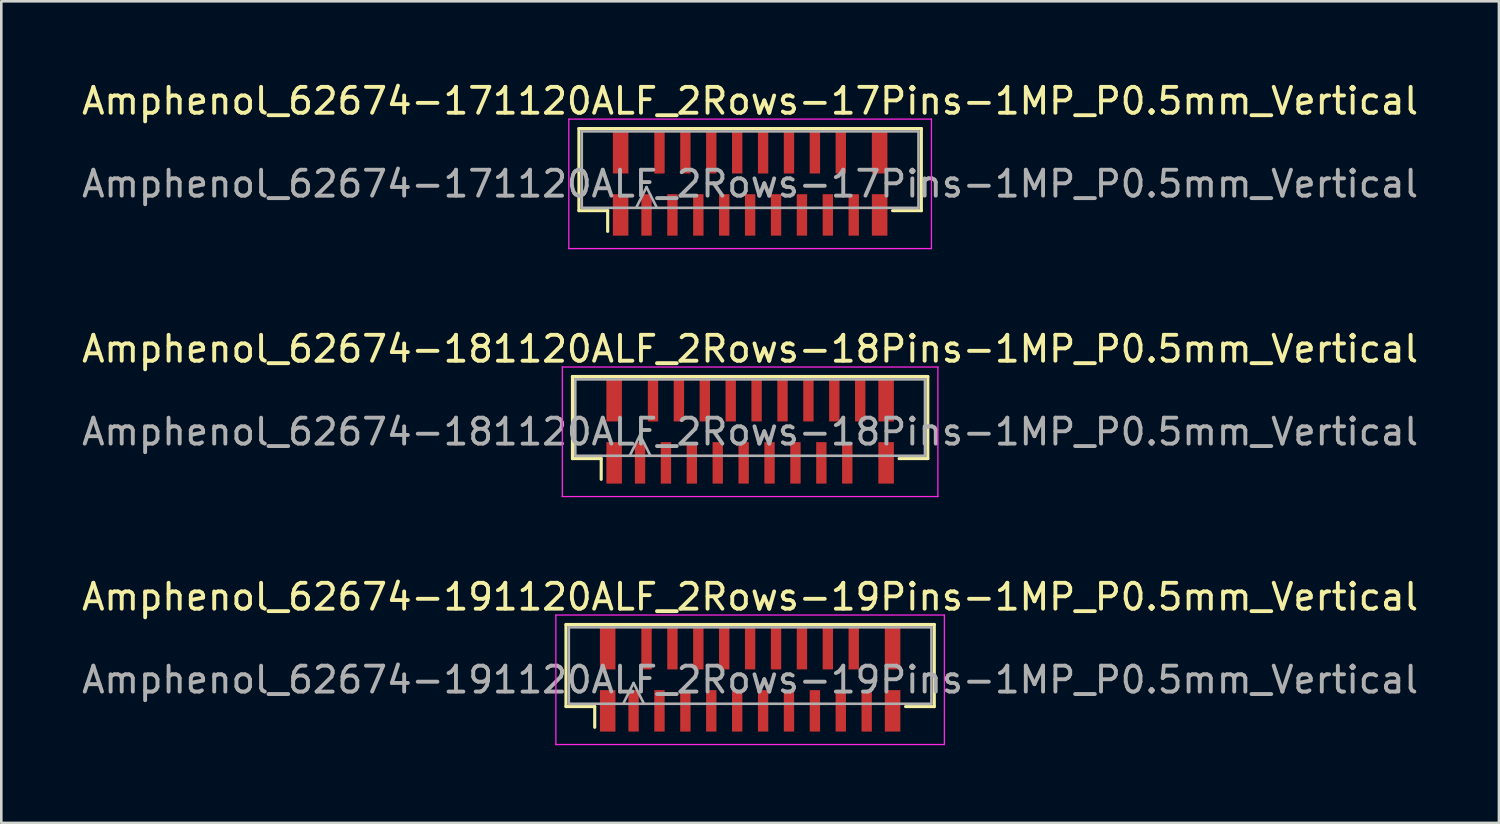
<source format=kicad_pcb>
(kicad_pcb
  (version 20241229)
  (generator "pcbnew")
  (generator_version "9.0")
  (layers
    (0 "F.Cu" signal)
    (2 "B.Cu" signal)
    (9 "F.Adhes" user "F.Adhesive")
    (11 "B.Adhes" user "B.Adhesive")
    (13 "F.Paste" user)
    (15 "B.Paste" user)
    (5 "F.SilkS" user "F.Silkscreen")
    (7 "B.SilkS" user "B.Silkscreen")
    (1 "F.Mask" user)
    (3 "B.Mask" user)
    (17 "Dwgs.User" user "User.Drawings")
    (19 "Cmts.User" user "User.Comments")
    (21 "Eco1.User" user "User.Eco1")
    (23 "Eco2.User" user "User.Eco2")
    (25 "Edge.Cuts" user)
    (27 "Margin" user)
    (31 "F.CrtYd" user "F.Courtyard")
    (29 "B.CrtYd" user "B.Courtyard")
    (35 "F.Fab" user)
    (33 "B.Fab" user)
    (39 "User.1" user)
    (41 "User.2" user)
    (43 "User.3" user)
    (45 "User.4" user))
  (footprint "Amphenol_62674-171120ALF_2Rows-17Pins-1MP_P0.5mm_Vertical"
    (layer "F.Cu")
    (at 25.911 4.048)
    (property "Reference" "Amphenol_62674-171120ALF_2Rows-17Pins-1MP_P0.5mm_Vertical" (at 0 -3.2 0) (layer "F.SilkS") (effects (font (size 1 1) (thickness 0.15))))
    (attr smd)
    (fp_line (start -6.61 -2.135) (end -6.61 1.035) (stroke (width 0.12) (type solid)) (layer "F.SilkS"))
    (fp_line (start -6.61 1.035) (end -5.5 1.035) (stroke (width 0.12) (type solid)) (layer "F.SilkS"))
    (fp_line (start -5.5 1.035) (end -5.5 1.835) (stroke (width 0.12) (type solid)) (layer "F.SilkS"))
    (fp_line (start 5.5 1.035) (end 6.61 1.035) (stroke (width 0.12) (type solid)) (layer "F.SilkS"))
    (fp_line (start 6.61 -2.135) (end -6.61 -2.135) (stroke (width 0.12) (type solid)) (layer "F.SilkS"))
    (fp_line (start 6.61 1.035) (end 6.61 -2.135) (stroke (width 0.12) (type solid)) (layer "F.SilkS"))
    (fp_line (start -7 -2.5) (end 7 -2.5) (stroke (width 0.05) (type solid)) (layer "F.CrtYd"))
    (fp_line (start -7 2.5) (end -7 -2.5) (stroke (width 0.05) (type solid)) (layer "F.CrtYd"))
    (fp_line (start 7 -2.5) (end 7 2.5) (stroke (width 0.05) (type solid)) (layer "F.CrtYd"))
    (fp_line (start 7 2.5) (end -7 2.5) (stroke (width 0.05) (type solid)) (layer "F.CrtYd"))
    (fp_line (start -6.5 -2.025) (end -6.5 0.925) (stroke (width 0.1) (type solid)) (layer "F.Fab"))
    (fp_line (start -6.5 0.925) (end 6.5 0.925) (stroke (width 0.1) (type solid)) (layer "F.Fab"))
    (fp_line (start -4.4 0.925) (end -4 0.125) (stroke (width 0.1) (type solid)) (layer "F.Fab"))
    (fp_line (start -4 0.125) (end -3.6 0.925) (stroke (width 0.1) (type solid)) (layer "F.Fab"))
    (fp_line (start 6.5 -2.025) (end -6.5 -2.025) (stroke (width 0.1) (type solid)) (layer "F.Fab"))
    (fp_line (start 6.5 0.925) (end 6.5 -2.025) (stroke (width 0.1) (type solid)) (layer "F.Fab"))
    (fp_text user "${REFERENCE}" (at 0 0 0) (layer "F.Fab") (effects (font (size 1 1) (thickness 0.15))))
    (pad "1" smd rect (at -4 1.2) (size 0.4 1.6) (layers "F.Cu" "F.Mask" "F.Paste"))
    (pad "2" smd rect (at -3.5 -1.2) (size 0.4 1.6) (layers "F.Cu" "F.Mask" "F.Paste"))
    (pad "3" smd rect (at -3 1.2) (size 0.4 1.6) (layers "F.Cu" "F.Mask" "F.Paste"))
    (pad "4" smd rect (at -2.5 -1.2) (size 0.4 1.6) (layers "F.Cu" "F.Mask" "F.Paste"))
    (pad "5" smd rect (at -2 1.2) (size 0.4 1.6) (layers "F.Cu" "F.Mask" "F.Paste"))
    (pad "6" smd rect (at -1.5 -1.2) (size 0.4 1.6) (layers "F.Cu" "F.Mask" "F.Paste"))
    (pad "7" smd rect (at -1 1.2) (size 0.4 1.6) (layers "F.Cu" "F.Mask" "F.Paste"))
    (pad "8" smd rect (at -0.5 -1.2) (size 0.4 1.6) (layers "F.Cu" "F.Mask" "F.Paste"))
    (pad "9" smd rect (at 0 1.2) (size 0.4 1.6) (layers "F.Cu" "F.Mask" "F.Paste"))
    (pad "10" smd rect (at 0.5 -1.2) (size 0.4 1.6) (layers "F.Cu" "F.Mask" "F.Paste"))
    (pad "11" smd rect (at 1 1.2) (size 0.4 1.6) (layers "F.Cu" "F.Mask" "F.Paste"))
    (pad "12" smd rect (at 1.5 -1.2) (size 0.4 1.6) (layers "F.Cu" "F.Mask" "F.Paste"))
    (pad "13" smd rect (at 2 1.2) (size 0.4 1.6) (layers "F.Cu" "F.Mask" "F.Paste"))
    (pad "14" smd rect (at 2.5 -1.2) (size 0.4 1.6) (layers "F.Cu" "F.Mask" "F.Paste"))
    (pad "15" smd rect (at 3 1.2) (size 0.4 1.6) (layers "F.Cu" "F.Mask" "F.Paste"))
    (pad "16" smd rect (at 3.5 -1.2) (size 0.4 1.6) (layers "F.Cu" "F.Mask" "F.Paste"))
    (pad "17" smd rect (at 4 1.2) (size 0.4 1.6) (layers "F.Cu" "F.Mask" "F.Paste"))
    (pad "MP" smd rect (at -5 -1.2) (size 0.6 1.6) (layers "F.Cu" "F.Mask" "F.Paste"))
    (pad "MP" smd rect (at -5 1.2) (size 0.6 1.6) (layers "F.Cu" "F.Mask" "F.Paste"))
    (pad "MP" smd rect (at 5 -1.2) (size 0.6 1.6) (layers "F.Cu" "F.Mask" "F.Paste"))
    (pad "MP" smd rect (at 5 1.2) (size 0.6 1.6) (layers "F.Cu" "F.Mask" "F.Paste")))
  (footprint "Amphenol_62674-181120ALF_2Rows-18Pins-1MP_P0.5mm_Vertical"
    (layer "F.Cu")
    (at 25.911 13.621)
    (property "Reference" "Amphenol_62674-181120ALF_2Rows-18Pins-1MP_P0.5mm_Vertical" (at 0 -3.2 0) (layer "F.SilkS") (effects (font (size 1 1) (thickness 0.15))))
    (attr smd)
    (fp_line (start -6.86 -2.135) (end -6.86 1.035) (stroke (width 0.12) (type solid)) (layer "F.SilkS"))
    (fp_line (start -6.86 1.035) (end -5.75 1.035) (stroke (width 0.12) (type solid)) (layer "F.SilkS"))
    (fp_line (start -5.75 1.035) (end -5.75 1.835) (stroke (width 0.12) (type solid)) (layer "F.SilkS"))
    (fp_line (start 5.75 1.035) (end 6.86 1.035) (stroke (width 0.12) (type solid)) (layer "F.SilkS"))
    (fp_line (start 6.86 -2.135) (end -6.86 -2.135) (stroke (width 0.12) (type solid)) (layer "F.SilkS"))
    (fp_line (start 6.86 1.035) (end 6.86 -2.135) (stroke (width 0.12) (type solid)) (layer "F.SilkS"))
    (fp_line (start -7.25 -2.5) (end 7.25 -2.5) (stroke (width 0.05) (type solid)) (layer "F.CrtYd"))
    (fp_line (start -7.25 2.5) (end -7.25 -2.5) (stroke (width 0.05) (type solid)) (layer "F.CrtYd"))
    (fp_line (start 7.25 -2.5) (end 7.25 2.5) (stroke (width 0.05) (type solid)) (layer "F.CrtYd"))
    (fp_line (start 7.25 2.5) (end -7.25 2.5) (stroke (width 0.05) (type solid)) (layer "F.CrtYd"))
    (fp_line (start -6.75 -2.025) (end -6.75 0.925) (stroke (width 0.1) (type solid)) (layer "F.Fab"))
    (fp_line (start -6.75 0.925) (end 6.75 0.925) (stroke (width 0.1) (type solid)) (layer "F.Fab"))
    (fp_line (start -4.65 0.925) (end -4.25 0.125) (stroke (width 0.1) (type solid)) (layer "F.Fab"))
    (fp_line (start -4.25 0.125) (end -3.85 0.925) (stroke (width 0.1) (type solid)) (layer "F.Fab"))
    (fp_line (start 6.75 -2.025) (end -6.75 -2.025) (stroke (width 0.1) (type solid)) (layer "F.Fab"))
    (fp_line (start 6.75 0.925) (end 6.75 -2.025) (stroke (width 0.1) (type solid)) (layer "F.Fab"))
    (fp_text user "${REFERENCE}" (at 0 0 0) (layer "F.Fab") (effects (font (size 1 1) (thickness 0.15))))
    (pad "1" smd rect (at -4.25 1.2) (size 0.4 1.6) (layers "F.Cu" "F.Mask" "F.Paste"))
    (pad "2" smd rect (at -3.75 -1.2) (size 0.4 1.6) (layers "F.Cu" "F.Mask" "F.Paste"))
    (pad "3" smd rect (at -3.25 1.2) (size 0.4 1.6) (layers "F.Cu" "F.Mask" "F.Paste"))
    (pad "4" smd rect (at -2.75 -1.2) (size 0.4 1.6) (layers "F.Cu" "F.Mask" "F.Paste"))
    (pad "5" smd rect (at -2.25 1.2) (size 0.4 1.6) (layers "F.Cu" "F.Mask" "F.Paste"))
    (pad "6" smd rect (at -1.75 -1.2) (size 0.4 1.6) (layers "F.Cu" "F.Mask" "F.Paste"))
    (pad "7" smd rect (at -1.25 1.2) (size 0.4 1.6) (layers "F.Cu" "F.Mask" "F.Paste"))
    (pad "8" smd rect (at -0.75 -1.2) (size 0.4 1.6) (layers "F.Cu" "F.Mask" "F.Paste"))
    (pad "9" smd rect (at -0.25 1.2) (size 0.4 1.6) (layers "F.Cu" "F.Mask" "F.Paste"))
    (pad "10" smd rect (at 0.25 -1.2) (size 0.4 1.6) (layers "F.Cu" "F.Mask" "F.Paste"))
    (pad "11" smd rect (at 0.75 1.2) (size 0.4 1.6) (layers "F.Cu" "F.Mask" "F.Paste"))
    (pad "12" smd rect (at 1.25 -1.2) (size 0.4 1.6) (layers "F.Cu" "F.Mask" "F.Paste"))
    (pad "13" smd rect (at 1.75 1.2) (size 0.4 1.6) (layers "F.Cu" "F.Mask" "F.Paste"))
    (pad "14" smd rect (at 2.25 -1.2) (size 0.4 1.6) (layers "F.Cu" "F.Mask" "F.Paste"))
    (pad "15" smd rect (at 2.75 1.2) (size 0.4 1.6) (layers "F.Cu" "F.Mask" "F.Paste"))
    (pad "16" smd rect (at 3.25 -1.2) (size 0.4 1.6) (layers "F.Cu" "F.Mask" "F.Paste"))
    (pad "17" smd rect (at 3.75 1.2) (size 0.4 1.6) (layers "F.Cu" "F.Mask" "F.Paste"))
    (pad "18" smd rect (at 4.25 -1.2) (size 0.4 1.6) (layers "F.Cu" "F.Mask" "F.Paste"))
    (pad "MP" smd rect (at -5.25 -1.2) (size 0.6 1.6) (layers "F.Cu" "F.Mask" "F.Paste"))
    (pad "MP" smd rect (at -5.25 1.2) (size 0.6 1.6) (layers "F.Cu" "F.Mask" "F.Paste"))
    (pad "MP" smd rect (at 5.25 -1.2) (size 0.6 1.6) (layers "F.Cu" "F.Mask" "F.Paste"))
    (pad "MP" smd rect (at 5.25 1.2) (size 0.6 1.6) (layers "F.Cu" "F.Mask" "F.Paste")))
  (footprint "Amphenol_62674-191120ALF_2Rows-19Pins-1MP_P0.5mm_Vertical"
    (layer "F.Cu")
    (at 25.911 23.195)
    (property "Reference" "Amphenol_62674-191120ALF_2Rows-19Pins-1MP_P0.5mm_Vertical" (at 0 -3.2 0) (layer "F.SilkS") (effects (font (size 1 1) (thickness 0.15))))
    (attr smd)
    (fp_line (start -7.11 -2.135) (end -7.11 1.035) (stroke (width 0.12) (type solid)) (layer "F.SilkS"))
    (fp_line (start -7.11 1.035) (end -6 1.035) (stroke (width 0.12) (type solid)) (layer "F.SilkS"))
    (fp_line (start -6 1.035) (end -6 1.835) (stroke (width 0.12) (type solid)) (layer "F.SilkS"))
    (fp_line (start 6 1.035) (end 7.11 1.035) (stroke (width 0.12) (type solid)) (layer "F.SilkS"))
    (fp_line (start 7.11 -2.135) (end -7.11 -2.135) (stroke (width 0.12) (type solid)) (layer "F.SilkS"))
    (fp_line (start 7.11 1.035) (end 7.11 -2.135) (stroke (width 0.12) (type solid)) (layer "F.SilkS"))
    (fp_line (start -7.5 -2.5) (end 7.5 -2.5) (stroke (width 0.05) (type solid)) (layer "F.CrtYd"))
    (fp_line (start -7.5 2.5) (end -7.5 -2.5) (stroke (width 0.05) (type solid)) (layer "F.CrtYd"))
    (fp_line (start 7.5 -2.5) (end 7.5 2.5) (stroke (width 0.05) (type solid)) (layer "F.CrtYd"))
    (fp_line (start 7.5 2.5) (end -7.5 2.5) (stroke (width 0.05) (type solid)) (layer "F.CrtYd"))
    (fp_line (start -7 -2.025) (end -7 0.925) (stroke (width 0.1) (type solid)) (layer "F.Fab"))
    (fp_line (start -7 0.925) (end 7 0.925) (stroke (width 0.1) (type solid)) (layer "F.Fab"))
    (fp_line (start -4.9 0.925) (end -4.5 0.125) (stroke (width 0.1) (type solid)) (layer "F.Fab"))
    (fp_line (start -4.5 0.125) (end -4.1 0.925) (stroke (width 0.1) (type solid)) (layer "F.Fab"))
    (fp_line (start 7 -2.025) (end -7 -2.025) (stroke (width 0.1) (type solid)) (layer "F.Fab"))
    (fp_line (start 7 0.925) (end 7 -2.025) (stroke (width 0.1) (type solid)) (layer "F.Fab"))
    (fp_text user "${REFERENCE}" (at 0 0 0) (layer "F.Fab") (effects (font (size 1 1) (thickness 0.15))))
    (pad "1" smd rect (at -4.5 1.2) (size 0.4 1.6) (layers "F.Cu" "F.Mask" "F.Paste"))
    (pad "2" smd rect (at -4 -1.2) (size 0.4 1.6) (layers "F.Cu" "F.Mask" "F.Paste"))
    (pad "3" smd rect (at -3.5 1.2) (size 0.4 1.6) (layers "F.Cu" "F.Mask" "F.Paste"))
    (pad "4" smd rect (at -3 -1.2) (size 0.4 1.6) (layers "F.Cu" "F.Mask" "F.Paste"))
    (pad "5" smd rect (at -2.5 1.2) (size 0.4 1.6) (layers "F.Cu" "F.Mask" "F.Paste"))
    (pad "6" smd rect (at -2 -1.2) (size 0.4 1.6) (layers "F.Cu" "F.Mask" "F.Paste"))
    (pad "7" smd rect (at -1.5 1.2) (size 0.4 1.6) (layers "F.Cu" "F.Mask" "F.Paste"))
    (pad "8" smd rect (at -1 -1.2) (size 0.4 1.6) (layers "F.Cu" "F.Mask" "F.Paste"))
    (pad "9" smd rect (at -0.5 1.2) (size 0.4 1.6) (layers "F.Cu" "F.Mask" "F.Paste"))
    (pad "10" smd rect (at 0 -1.2) (size 0.4 1.6) (layers "F.Cu" "F.Mask" "F.Paste"))
    (pad "11" smd rect (at 0.5 1.2) (size 0.4 1.6) (layers "F.Cu" "F.Mask" "F.Paste"))
    (pad "12" smd rect (at 1 -1.2) (size 0.4 1.6) (layers "F.Cu" "F.Mask" "F.Paste"))
    (pad "13" smd rect (at 1.5 1.2) (size 0.4 1.6) (layers "F.Cu" "F.Mask" "F.Paste"))
    (pad "14" smd rect (at 2 -1.2) (size 0.4 1.6) (layers "F.Cu" "F.Mask" "F.Paste"))
    (pad "15" smd rect (at 2.5 1.2) (size 0.4 1.6) (layers "F.Cu" "F.Mask" "F.Paste"))
    (pad "16" smd rect (at 3 -1.2) (size 0.4 1.6) (layers "F.Cu" "F.Mask" "F.Paste"))
    (pad "17" smd rect (at 3.5 1.2) (size 0.4 1.6) (layers "F.Cu" "F.Mask" "F.Paste"))
    (pad "18" smd rect (at 4 -1.2) (size 0.4 1.6) (layers "F.Cu" "F.Mask" "F.Paste"))
    (pad "19" smd rect (at 4.5 1.2) (size 0.4 1.6) (layers "F.Cu" "F.Mask" "F.Paste"))
    (pad "MP" smd rect (at -5.5 -1.2) (size 0.6 1.6) (layers "F.Cu" "F.Mask" "F.Paste"))
    (pad "MP" smd rect (at -5.5 1.2) (size 0.6 1.6) (layers "F.Cu" "F.Mask" "F.Paste"))
    (pad "MP" smd rect (at 5.5 -1.2) (size 0.6 1.6) (layers "F.Cu" "F.Mask" "F.Paste"))
    (pad "MP" smd rect (at 5.5 1.2) (size 0.6 1.6) (layers "F.Cu" "F.Mask" "F.Paste")))
  (gr_rect
    (start -3 -3)
    (end 54.821 28.72)
    (stroke (width 0.1) (type default))
    (fill no)
    (layer "Edge.Cuts")))
</source>
